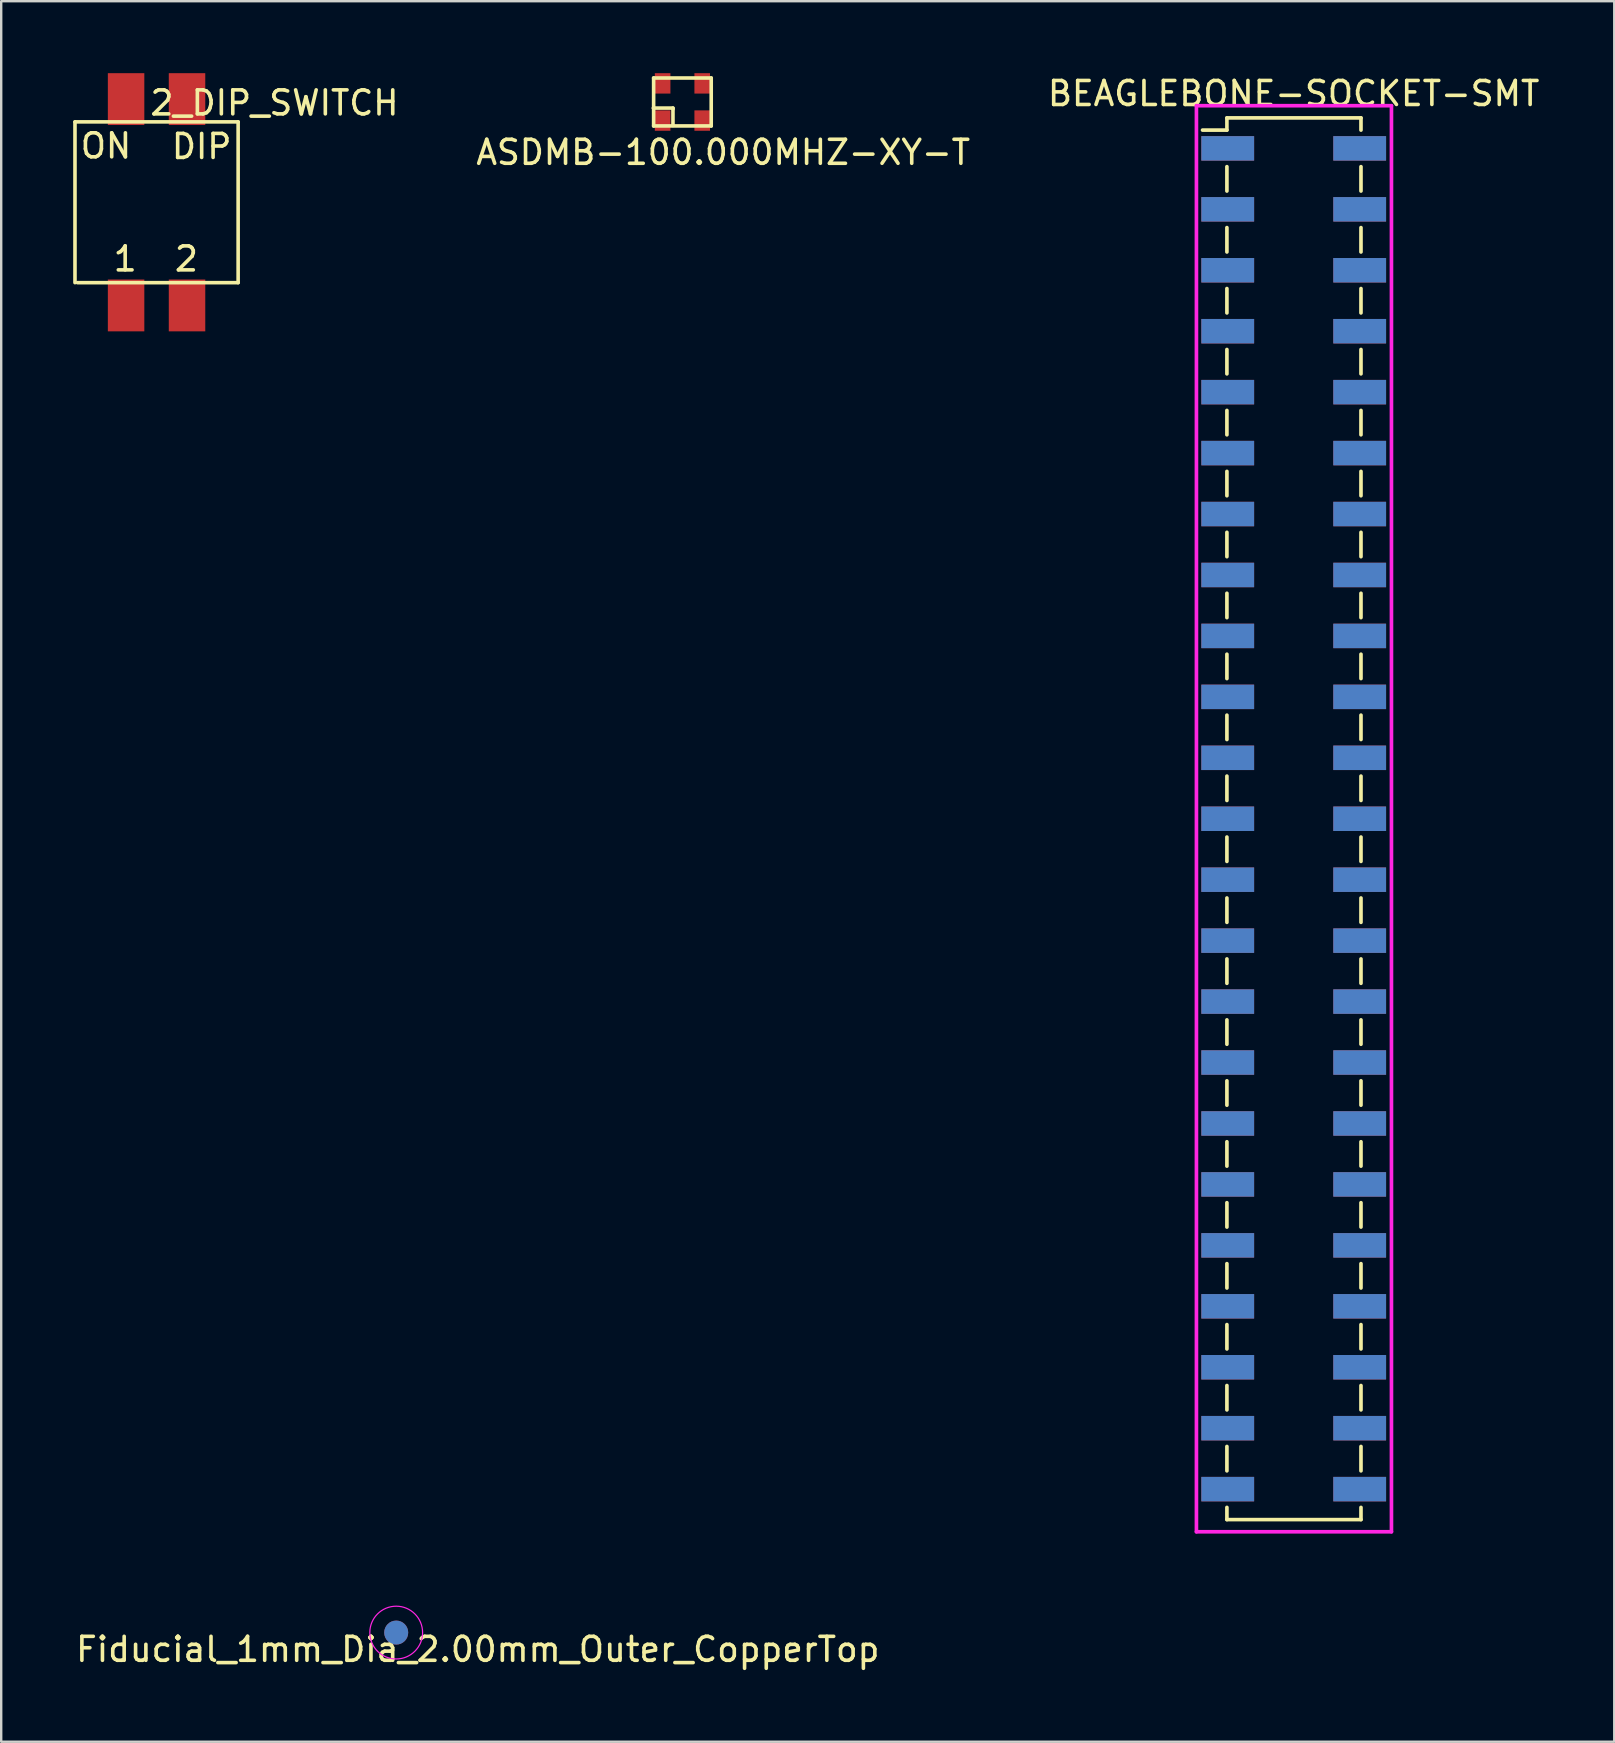
<source format=kicad_pcb>
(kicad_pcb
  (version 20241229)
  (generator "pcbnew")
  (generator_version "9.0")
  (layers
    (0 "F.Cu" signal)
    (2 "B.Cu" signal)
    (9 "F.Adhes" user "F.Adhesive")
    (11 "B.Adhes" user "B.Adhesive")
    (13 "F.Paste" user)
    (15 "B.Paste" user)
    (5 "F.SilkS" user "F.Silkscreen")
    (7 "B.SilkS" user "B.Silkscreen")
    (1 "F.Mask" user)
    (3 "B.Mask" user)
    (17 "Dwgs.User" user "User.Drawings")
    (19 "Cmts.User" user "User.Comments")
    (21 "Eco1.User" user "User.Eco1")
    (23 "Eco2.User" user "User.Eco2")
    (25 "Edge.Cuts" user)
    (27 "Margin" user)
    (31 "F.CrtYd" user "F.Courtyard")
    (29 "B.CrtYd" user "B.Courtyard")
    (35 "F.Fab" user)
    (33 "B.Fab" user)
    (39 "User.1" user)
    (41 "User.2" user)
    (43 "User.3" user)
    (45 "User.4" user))
  (footprint "ASDMB-100.000MHZ-XY-T"
    (layer "F.Cu")
    (at 25.392 1.2)
    (property "Reference" "ASDMB-100.000MHZ-XY-T" (at 1.7 2.1 0) (layer "F.SilkS") (effects (font (size 1 1) (thickness 0.15))))
    (attr through_hole)
    (fp_line (start -1.206 0.254) (end -1.181 0.254) (stroke (width 0.15) (type solid)) (layer "F.SilkS"))
    (fp_line (start -1.2 -1) (end -1.2 1) (stroke (width 0.15) (type solid)) (layer "F.SilkS"))
    (fp_line (start -1.2 1) (end 1.2 1) (stroke (width 0.15) (type solid)) (layer "F.SilkS"))
    (fp_line (start -0.394 0.254) (end -1.206 0.254) (stroke (width 0.15) (type solid)) (layer "F.SilkS"))
    (fp_line (start -0.394 0.292) (end -0.394 0.254) (stroke (width 0.15) (type solid)) (layer "F.SilkS"))
    (fp_line (start -0.394 0.978) (end -0.394 0.292) (stroke (width 0.15) (type solid)) (layer "F.SilkS"))
    (fp_line (start 1.2 -1) (end -1.2 -1) (stroke (width 0.15) (type solid)) (layer "F.SilkS"))
    (fp_line (start 1.2 1) (end 1.2 -1) (stroke (width 0.15) (type solid)) (layer "F.SilkS"))
    (pad "1" smd trapezoid (at -0.825 0.775) (size 0.65 0.85) (layers "F.Cu" "F.Mask" "F.Paste"))
    (pad "2" smd rect (at 0.825 0.775) (size 0.65 0.85) (layers "F.Cu" "F.Mask" "F.Paste"))
    (pad "3" smd rect (at 0.825 -0.775) (size 0.65 0.85) (layers "F.Cu" "F.Mask" "F.Paste"))
    (pad "4" smd rect (at -0.825 -0.775) (size 0.65 0.85) (layers "F.Cu" "F.Mask" "F.Paste")))
  (footprint "2_DIP_SWITCH"
    (layer "F.Cu")
    (at 3.475 5.38)
    (property "Reference" "2_DIP_SWITCH" (at 4.915 -4.14 0) (layer "F.SilkS") (effects (font (size 1 1) (thickness 0.15))))
    (attr through_hole)
    (fp_line (start -3.4 -3.35) (end 3.4 -3.35) (stroke (width 0.15) (type solid)) (layer "F.SilkS"))
    (fp_line (start -3.4 3.35) (end -3.4 -3.35) (stroke (width 0.15) (type solid)) (layer "F.SilkS"))
    (fp_line (start 3.4 -3.35) (end 3.4 3.35) (stroke (width 0.15) (type solid)) (layer "F.SilkS"))
    (fp_line (start 3.4 3.35) (end -3.3 3.35) (stroke (width 0.15) (type solid)) (layer "F.SilkS"))
    (fp_text user "2" (at 1.245 2.362 0) (layer "F.SilkS") (effects (font (size 1 1) (thickness 0.15))))
    (fp_text user "ON" (at -2.108 -2.349 0) (layer "F.SilkS") (effects (font (size 1 1) (thickness 0.15))))
    (fp_text user "1" (at -1.308 2.362 0) (layer "F.SilkS") (effects (font (size 1 1) (thickness 0.15))))
    (fp_text user "DIP" (at 1.88 -2.324 0) (layer "F.SilkS") (effects (font (size 1 1) (thickness 0.15))))
    (pad "1" smd rect (at 1.27 -4.3) (size 1.52 2.16) (layers "F.Cu" "F.Mask" "F.Paste"))
    (pad "2" smd rect (at -1.27 -4.3) (size 1.52 2.16) (layers "F.Cu" "F.Mask" "F.Paste"))
    (pad "3" smd rect (at -1.27 4.3) (size 1.52 2.16) (layers "F.Cu" "F.Mask" "F.Paste"))
    (pad "4" smd rect (at 1.27 4.3) (size 1.52 2.16) (layers "F.Cu" "F.Mask" "F.Paste")))
  (footprint "BEAGLEBONE-SOCKET-SMT"
    (layer "F.Cu")
    (at 49.609 3.134)
    (property "Reference" "BEAGLEBONE-SOCKET-SMT" (at 1.257 -2.286 0) (layer "F.SilkS") (effects (font (size 1 1) (thickness 0.15))))
    (attr smd)
    (fp_line (start -1.524 -1.27) (end -1.524 -0.762) (stroke (width 0.15) (type solid)) (layer "F.SilkS"))
    (fp_line (start -1.524 -1.27) (end 4.064 -1.27) (stroke (width 0.152) (type solid)) (layer "F.SilkS"))
    (fp_line (start -1.524 -0.762) (end -2.54 -0.762) (stroke (width 0.152) (type solid)) (layer "F.SilkS"))
    (fp_line (start -1.524 0.762) (end -1.524 1.778) (stroke (width 0.152) (type solid)) (layer "F.SilkS"))
    (fp_line (start -1.524 3.302) (end -1.524 4.318) (stroke (width 0.152) (type solid)) (layer "F.SilkS"))
    (fp_line (start -1.524 5.842) (end -1.524 6.858) (stroke (width 0.152) (type solid)) (layer "F.SilkS"))
    (fp_line (start -1.524 8.382) (end -1.524 9.398) (stroke (width 0.152) (type solid)) (layer "F.SilkS"))
    (fp_line (start -1.524 10.922) (end -1.524 11.938) (stroke (width 0.152) (type solid)) (layer "F.SilkS"))
    (fp_line (start -1.524 13.462) (end -1.524 14.478) (stroke (width 0.152) (type solid)) (layer "F.SilkS"))
    (fp_line (start -1.524 16.002) (end -1.524 17.018) (stroke (width 0.152) (type solid)) (layer "F.SilkS"))
    (fp_line (start -1.524 18.542) (end -1.524 19.558) (stroke (width 0.152) (type solid)) (layer "F.SilkS"))
    (fp_line (start -1.524 21.082) (end -1.524 22.098) (stroke (width 0.152) (type solid)) (layer "F.SilkS"))
    (fp_line (start -1.524 23.622) (end -1.524 24.638) (stroke (width 0.152) (type solid)) (layer "F.SilkS"))
    (fp_line (start -1.524 26.162) (end -1.524 27.178) (stroke (width 0.152) (type solid)) (layer "F.SilkS"))
    (fp_line (start -1.524 28.702) (end -1.524 29.718) (stroke (width 0.152) (type solid)) (layer "F.SilkS"))
    (fp_line (start -1.524 31.242) (end -1.524 32.258) (stroke (width 0.152) (type solid)) (layer "F.SilkS"))
    (fp_line (start -1.524 33.782) (end -1.524 34.798) (stroke (width 0.152) (type solid)) (layer "F.SilkS"))
    (fp_line (start -1.524 36.322) (end -1.524 37.338) (stroke (width 0.152) (type solid)) (layer "F.SilkS"))
    (fp_line (start -1.524 38.862) (end -1.524 39.878) (stroke (width 0.152) (type solid)) (layer "F.SilkS"))
    (fp_line (start -1.524 41.402) (end -1.524 42.418) (stroke (width 0.152) (type solid)) (layer "F.SilkS"))
    (fp_line (start -1.524 43.942) (end -1.524 44.958) (stroke (width 0.152) (type solid)) (layer "F.SilkS"))
    (fp_line (start -1.524 46.482) (end -1.524 47.498) (stroke (width 0.152) (type solid)) (layer "F.SilkS"))
    (fp_line (start -1.524 49.022) (end -1.524 50.038) (stroke (width 0.152) (type solid)) (layer "F.SilkS"))
    (fp_line (start -1.524 51.562) (end -1.524 52.578) (stroke (width 0.152) (type solid)) (layer "F.SilkS"))
    (fp_line (start -1.524 54.102) (end -1.524 55.118) (stroke (width 0.152) (type solid)) (layer "F.SilkS"))
    (fp_line (start -1.524 56.642) (end -1.524 57.15) (stroke (width 0.152) (type solid)) (layer "F.SilkS"))
    (fp_line (start 4.064 -1.27) (end 4.064 -0.762) (stroke (width 0.152) (type solid)) (layer "F.SilkS"))
    (fp_line (start 4.064 0.762) (end 4.064 1.778) (stroke (width 0.152) (type solid)) (layer "F.SilkS"))
    (fp_line (start 4.064 3.302) (end 4.064 4.318) (stroke (width 0.152) (type solid)) (layer "F.SilkS"))
    (fp_line (start 4.064 5.842) (end 4.064 6.858) (stroke (width 0.152) (type solid)) (layer "F.SilkS"))
    (fp_line (start 4.064 8.382) (end 4.064 9.398) (stroke (width 0.152) (type solid)) (layer "F.SilkS"))
    (fp_line (start 4.064 10.922) (end 4.064 11.938) (stroke (width 0.152) (type solid)) (layer "F.SilkS"))
    (fp_line (start 4.064 13.462) (end 4.064 14.478) (stroke (width 0.152) (type solid)) (layer "F.SilkS"))
    (fp_line (start 4.064 16.002) (end 4.064 17.018) (stroke (width 0.152) (type solid)) (layer "F.SilkS"))
    (fp_line (start 4.064 18.542) (end 4.064 19.558) (stroke (width 0.152) (type solid)) (layer "F.SilkS"))
    (fp_line (start 4.064 21.082) (end 4.064 22.098) (stroke (width 0.152) (type solid)) (layer "F.SilkS"))
    (fp_line (start 4.064 23.622) (end 4.064 24.638) (stroke (width 0.152) (type solid)) (layer "F.SilkS"))
    (fp_line (start 4.064 26.162) (end 4.064 27.178) (stroke (width 0.152) (type solid)) (layer "F.SilkS"))
    (fp_line (start 4.064 28.702) (end 4.064 29.718) (stroke (width 0.152) (type solid)) (layer "F.SilkS"))
    (fp_line (start 4.064 31.242) (end 4.064 32.258) (stroke (width 0.152) (type solid)) (layer "F.SilkS"))
    (fp_line (start 4.064 33.782) (end 4.064 34.798) (stroke (width 0.152) (type solid)) (layer "F.SilkS"))
    (fp_line (start 4.064 36.322) (end 4.064 37.338) (stroke (width 0.152) (type solid)) (layer "F.SilkS"))
    (fp_line (start 4.064 38.862) (end 4.064 39.878) (stroke (width 0.152) (type solid)) (layer "F.SilkS"))
    (fp_line (start 4.064 41.402) (end 4.064 42.418) (stroke (width 0.152) (type solid)) (layer "F.SilkS"))
    (fp_line (start 4.064 43.942) (end 4.064 44.958) (stroke (width 0.152) (type solid)) (layer "F.SilkS"))
    (fp_line (start 4.064 46.482) (end 4.064 47.498) (stroke (width 0.152) (type solid)) (layer "F.SilkS"))
    (fp_line (start 4.064 49.022) (end 4.064 50.038) (stroke (width 0.152) (type solid)) (layer "F.SilkS"))
    (fp_line (start 4.064 51.562) (end 4.064 52.578) (stroke (width 0.152) (type solid)) (layer "F.SilkS"))
    (fp_line (start 4.064 54.102) (end 4.064 55.118) (stroke (width 0.152) (type solid)) (layer "F.SilkS"))
    (fp_line (start 4.064 56.642) (end 4.064 57.15) (stroke (width 0.152) (type solid)) (layer "F.SilkS"))
    (fp_line (start 4.064 57.15) (end -1.524 57.15) (stroke (width 0.15) (type solid)) (layer "F.SilkS"))
    (fp_line (start -2.794 -1.778) (end -2.794 57.658) (stroke (width 0.152) (type solid)) (layer "F.CrtYd"))
    (fp_line (start -2.794 -1.778) (end 5.334 -1.778) (stroke (width 0.152) (type solid)) (layer "F.CrtYd"))
    (fp_line (start 5.334 -1.778) (end 5.334 57.658) (stroke (width 0.152) (type solid)) (layer "F.CrtYd"))
    (fp_line (start 5.334 57.658) (end -2.794 57.658) (stroke (width 0.152) (type solid)) (layer "F.CrtYd"))
    (pad "1" smd rect (at -1.49 0 270) (size 1.02 2.2) (layers "F.Cu" "F.Mask" "F.Paste"))
    (pad "1" smd rect (at -1.49 0 90) (size 1.02 2.2) (layers "B.Cu" "B.Mask" "B.Paste"))
    (pad "2" smd rect (at 4.01 0 270) (size 1.02 2.2) (layers "F.Cu" "F.Mask" "F.Paste"))
    (pad "2" smd rect (at 4.01 0 90) (size 1.02 2.2) (layers "B.Cu" "B.Mask" "B.Paste"))
    (pad "3" smd rect (at -1.49 2.54 270) (size 1.02 2.2) (layers "F.Cu" "F.Mask" "F.Paste"))
    (pad "3" smd rect (at -1.49 2.54 90) (size 1.02 2.2) (layers "B.Cu" "B.Mask" "B.Paste"))
    (pad "4" smd rect (at 4.01 2.54 270) (size 1.02 2.2) (layers "F.Cu" "F.Mask" "F.Paste"))
    (pad "4" smd rect (at 4.01 2.54 90) (size 1.02 2.2) (layers "B.Cu" "B.Mask" "B.Paste"))
    (pad "5" smd rect (at -1.49 5.08 270) (size 1.02 2.2) (layers "F.Cu" "F.Mask" "F.Paste"))
    (pad "5" smd rect (at -1.49 5.08 90) (size 1.02 2.2) (layers "B.Cu" "B.Mask" "B.Paste"))
    (pad "6" smd rect (at 4.01 5.08 270) (size 1.02 2.2) (layers "F.Cu" "F.Mask" "F.Paste"))
    (pad "6" smd rect (at 4.01 5.08 90) (size 1.02 2.2) (layers "B.Cu" "B.Mask" "B.Paste"))
    (pad "7" smd rect (at -1.49 7.62 270) (size 1.02 2.2) (layers "F.Cu" "F.Mask" "F.Paste"))
    (pad "7" smd rect (at -1.49 7.62 90) (size 1.02 2.2) (layers "B.Cu" "B.Mask" "B.Paste"))
    (pad "8" smd rect (at 4.01 7.62 270) (size 1.02 2.2) (layers "F.Cu" "F.Mask" "F.Paste"))
    (pad "8" smd rect (at 4.01 7.62 90) (size 1.02 2.2) (layers "B.Cu" "B.Mask" "B.Paste"))
    (pad "9" smd rect (at -1.49 10.16 270) (size 1.02 2.2) (layers "F.Cu" "F.Mask" "F.Paste"))
    (pad "9" smd rect (at -1.49 10.16 90) (size 1.02 2.2) (layers "B.Cu" "B.Mask" "B.Paste"))
    (pad "10" smd rect (at 4.01 10.16 270) (size 1.02 2.2) (layers "F.Cu" "F.Mask" "F.Paste"))
    (pad "10" smd rect (at 4.01 10.16 90) (size 1.02 2.2) (layers "B.Cu" "B.Mask" "B.Paste"))
    (pad "11" smd rect (at -1.49 12.7 270) (size 1.02 2.2) (layers "F.Cu" "F.Mask" "F.Paste"))
    (pad "11" smd rect (at -1.49 12.7 90) (size 1.02 2.2) (layers "B.Cu" "B.Mask" "B.Paste"))
    (pad "12" smd rect (at 4.01 12.7 270) (size 1.02 2.2) (layers "F.Cu" "F.Mask" "F.Paste"))
    (pad "12" smd rect (at 4.01 12.7 90) (size 1.02 2.2) (layers "B.Cu" "B.Mask" "B.Paste"))
    (pad "13" smd rect (at -1.49 15.24 270) (size 1.02 2.2) (layers "F.Cu" "F.Mask" "F.Paste"))
    (pad "13" smd rect (at -1.49 15.24 90) (size 1.02 2.2) (layers "B.Cu" "B.Mask" "B.Paste"))
    (pad "14" smd rect (at 4.01 15.24 270) (size 1.02 2.2) (layers "F.Cu" "F.Mask" "F.Paste"))
    (pad "14" smd rect (at 4.01 15.24 90) (size 1.02 2.2) (layers "B.Cu" "B.Mask" "B.Paste"))
    (pad "15" smd rect (at -1.49 17.78 270) (size 1.02 2.2) (layers "F.Cu" "F.Mask" "F.Paste"))
    (pad "15" smd rect (at -1.49 17.78 90) (size 1.02 2.2) (layers "B.Cu" "B.Mask" "B.Paste"))
    (pad "16" smd rect (at 4.01 17.78 270) (size 1.02 2.2) (layers "F.Cu" "F.Mask" "F.Paste"))
    (pad "16" smd rect (at 4.01 17.78 90) (size 1.02 2.2) (layers "B.Cu" "B.Mask" "B.Paste"))
    (pad "17" smd rect (at -1.49 20.32 270) (size 1.02 2.2) (layers "F.Cu" "F.Mask" "F.Paste"))
    (pad "17" smd rect (at -1.49 20.32 90) (size 1.02 2.2) (layers "B.Cu" "B.Mask" "B.Paste"))
    (pad "18" smd rect (at 4.01 20.32 270) (size 1.02 2.2) (layers "F.Cu" "F.Mask" "F.Paste"))
    (pad "18" smd rect (at 4.01 20.32 90) (size 1.02 2.2) (layers "B.Cu" "B.Mask" "B.Paste"))
    (pad "19" smd rect (at -1.49 22.86 270) (size 1.02 2.2) (layers "F.Cu" "F.Mask" "F.Paste"))
    (pad "19" smd rect (at -1.49 22.86 90) (size 1.02 2.2) (layers "B.Cu" "B.Mask" "B.Paste"))
    (pad "20" smd rect (at 4.01 22.86 270) (size 1.02 2.2) (layers "F.Cu" "F.Mask" "F.Paste"))
    (pad "20" smd rect (at 4.01 22.86 90) (size 1.02 2.2) (layers "B.Cu" "B.Mask" "B.Paste"))
    (pad "21" smd rect (at -1.49 25.4 270) (size 1.02 2.2) (layers "F.Cu" "F.Mask" "F.Paste"))
    (pad "21" smd rect (at -1.49 25.4 90) (size 1.02 2.2) (layers "B.Cu" "B.Mask" "B.Paste"))
    (pad "22" smd rect (at 4.01 25.4 270) (size 1.02 2.2) (layers "F.Cu" "F.Mask" "F.Paste"))
    (pad "22" smd rect (at 4.01 25.4 90) (size 1.02 2.2) (layers "B.Cu" "B.Mask" "B.Paste"))
    (pad "23" smd rect (at -1.49 27.94 270) (size 1.02 2.2) (layers "F.Cu" "F.Mask" "F.Paste"))
    (pad "23" smd rect (at -1.49 27.94 90) (size 1.02 2.2) (layers "B.Cu" "B.Mask" "B.Paste"))
    (pad "24" smd rect (at 4.01 27.94 270) (size 1.02 2.2) (layers "F.Cu" "F.Mask" "F.Paste"))
    (pad "24" smd rect (at 4.01 27.94 90) (size 1.02 2.2) (layers "B.Cu" "B.Mask" "B.Paste"))
    (pad "25" smd rect (at -1.49 30.48 270) (size 1.02 2.2) (layers "F.Cu" "F.Mask" "F.Paste"))
    (pad "25" smd rect (at -1.49 30.48 90) (size 1.02 2.2) (layers "B.Cu" "B.Mask" "B.Paste"))
    (pad "26" smd rect (at 4.01 30.48 270) (size 1.02 2.2) (layers "F.Cu" "F.Mask" "F.Paste"))
    (pad "26" smd rect (at 4.01 30.48 90) (size 1.02 2.2) (layers "B.Cu" "B.Mask" "B.Paste"))
    (pad "27" smd rect (at -1.49 33.02 270) (size 1.02 2.2) (layers "F.Cu" "F.Mask" "F.Paste"))
    (pad "27" smd rect (at -1.49 33.02 90) (size 1.02 2.2) (layers "B.Cu" "B.Mask" "B.Paste"))
    (pad "28" smd rect (at 4.01 33.02 270) (size 1.02 2.2) (layers "F.Cu" "F.Mask" "F.Paste"))
    (pad "28" smd rect (at 4.01 33.02 90) (size 1.02 2.2) (layers "B.Cu" "B.Mask" "B.Paste"))
    (pad "29" smd rect (at -1.49 35.56 270) (size 1.02 2.2) (layers "F.Cu" "F.Mask" "F.Paste"))
    (pad "29" smd rect (at -1.49 35.56 90) (size 1.02 2.2) (layers "B.Cu" "B.Mask" "B.Paste"))
    (pad "30" smd rect (at 4.01 35.56 270) (size 1.02 2.2) (layers "F.Cu" "F.Mask" "F.Paste"))
    (pad "30" smd rect (at 4.01 35.56 90) (size 1.02 2.2) (layers "B.Cu" "B.Mask" "B.Paste"))
    (pad "31" smd rect (at -1.49 38.1 270) (size 1.02 2.2) (layers "F.Cu" "F.Mask" "F.Paste"))
    (pad "31" smd rect (at -1.49 38.1 90) (size 1.02 2.2) (layers "B.Cu" "B.Mask" "B.Paste"))
    (pad "32" smd rect (at 4.01 38.1 270) (size 1.02 2.2) (layers "F.Cu" "F.Mask" "F.Paste"))
    (pad "32" smd rect (at 4.01 38.1 90) (size 1.02 2.2) (layers "B.Cu" "B.Mask" "B.Paste"))
    (pad "33" smd rect (at -1.49 40.64 270) (size 1.02 2.2) (layers "F.Cu" "F.Mask" "F.Paste"))
    (pad "33" smd rect (at -1.49 40.64 90) (size 1.02 2.2) (layers "B.Cu" "B.Mask" "B.Paste"))
    (pad "34" smd rect (at 4.01 40.64 270) (size 1.02 2.2) (layers "F.Cu" "F.Mask" "F.Paste"))
    (pad "34" smd rect (at 4.01 40.64 90) (size 1.02 2.2) (layers "B.Cu" "B.Mask" "B.Paste"))
    (pad "35" smd rect (at -1.49 43.18 270) (size 1.02 2.2) (layers "F.Cu" "F.Mask" "F.Paste"))
    (pad "35" smd rect (at -1.49 43.18 90) (size 1.02 2.2) (layers "B.Cu" "B.Mask" "B.Paste"))
    (pad "36" smd rect (at 4.01 43.18 270) (size 1.02 2.2) (layers "F.Cu" "F.Mask" "F.Paste"))
    (pad "36" smd rect (at 4.01 43.18 90) (size 1.02 2.2) (layers "B.Cu" "B.Mask" "B.Paste"))
    (pad "37" smd rect (at -1.49 45.72 270) (size 1.02 2.2) (layers "F.Cu" "F.Mask" "F.Paste"))
    (pad "37" smd rect (at -1.49 45.72 90) (size 1.02 2.2) (layers "B.Cu" "B.Mask" "B.Paste"))
    (pad "38" smd rect (at 4.01 45.72 270) (size 1.02 2.2) (layers "F.Cu" "F.Mask" "F.Paste"))
    (pad "38" smd rect (at 4.01 45.72 90) (size 1.02 2.2) (layers "B.Cu" "B.Mask" "B.Paste"))
    (pad "39" smd rect (at -1.49 48.26 270) (size 1.02 2.2) (layers "F.Cu" "F.Mask" "F.Paste"))
    (pad "39" smd rect (at -1.49 48.26 90) (size 1.02 2.2) (layers "B.Cu" "B.Mask" "B.Paste"))
    (pad "40" smd rect (at 4.01 48.26 270) (size 1.02 2.2) (layers "F.Cu" "F.Mask" "F.Paste"))
    (pad "40" smd rect (at 4.01 48.26 90) (size 1.02 2.2) (layers "B.Cu" "B.Mask" "B.Paste"))
    (pad "41" smd rect (at -1.49 50.8 270) (size 1.02 2.2) (layers "F.Cu" "F.Mask" "F.Paste"))
    (pad "41" smd rect (at -1.49 50.8 90) (size 1.02 2.2) (layers "B.Cu" "B.Mask" "B.Paste"))
    (pad "42" smd rect (at 4.01 50.8 270) (size 1.02 2.2) (layers "F.Cu" "F.Mask" "F.Paste"))
    (pad "42" smd rect (at 4.01 50.8 90) (size 1.02 2.2) (layers "B.Cu" "B.Mask" "B.Paste"))
    (pad "43" smd rect (at -1.49 53.34 270) (size 1.02 2.2) (layers "F.Cu" "F.Mask" "F.Paste"))
    (pad "43" smd rect (at -1.49 53.34 90) (size 1.02 2.2) (layers "B.Cu" "B.Mask" "B.Paste"))
    (pad "44" smd rect (at 4.01 53.34 270) (size 1.02 2.2) (layers "F.Cu" "F.Mask" "F.Paste"))
    (pad "44" smd rect (at 4.01 53.34 90) (size 1.02 2.2) (layers "B.Cu" "B.Mask" "B.Paste"))
    (pad "45" smd rect (at -1.49 55.88 270) (size 1.02 2.2) (layers "F.Cu" "F.Mask" "F.Paste"))
    (pad "45" smd rect (at -1.49 55.88 90) (size 1.02 2.2) (layers "B.Cu" "B.Mask" "B.Paste"))
    (pad "46" smd rect (at 4.01 55.88 270) (size 1.02 2.2) (layers "F.Cu" "F.Mask" "F.Paste"))
    (pad "46" smd rect (at 4.01 55.88 90) (size 1.02 2.2) (layers "B.Cu" "B.Mask" "B.Paste")))
  (footprint "Fiducial_1mm_Dia_2.00mm_Outer_CopperTop"
    (layer "F.Cu")
    (at 13.463 64.993)
    (property "Reference" "Fiducial_1mm_Dia_2.00mm_Outer_CopperTop" (at 3.4 0.7 0) (layer "F.SilkS") (effects (font (size 1 1) (thickness 0.15))))
    (attr smd)
    (fp_circle (center 0 0) (end 1.1 0) (stroke (width 0.05) (type solid)) (fill no) (layer "F.CrtYd"))
    (pad "~" smd circle (at 0 0) (size 1 1) (layers "F.Cu" "F.Mask"))
    (pad "~" smd circle (at 0 0) (size 1 1) (layers "B.Cu" "B.Mask")))
  (gr_rect
    (start -3 -3)
    (end 64.229 69.542)
    (stroke (width 0.1) (type default))
    (fill no)
    (layer "Edge.Cuts")))
</source>
